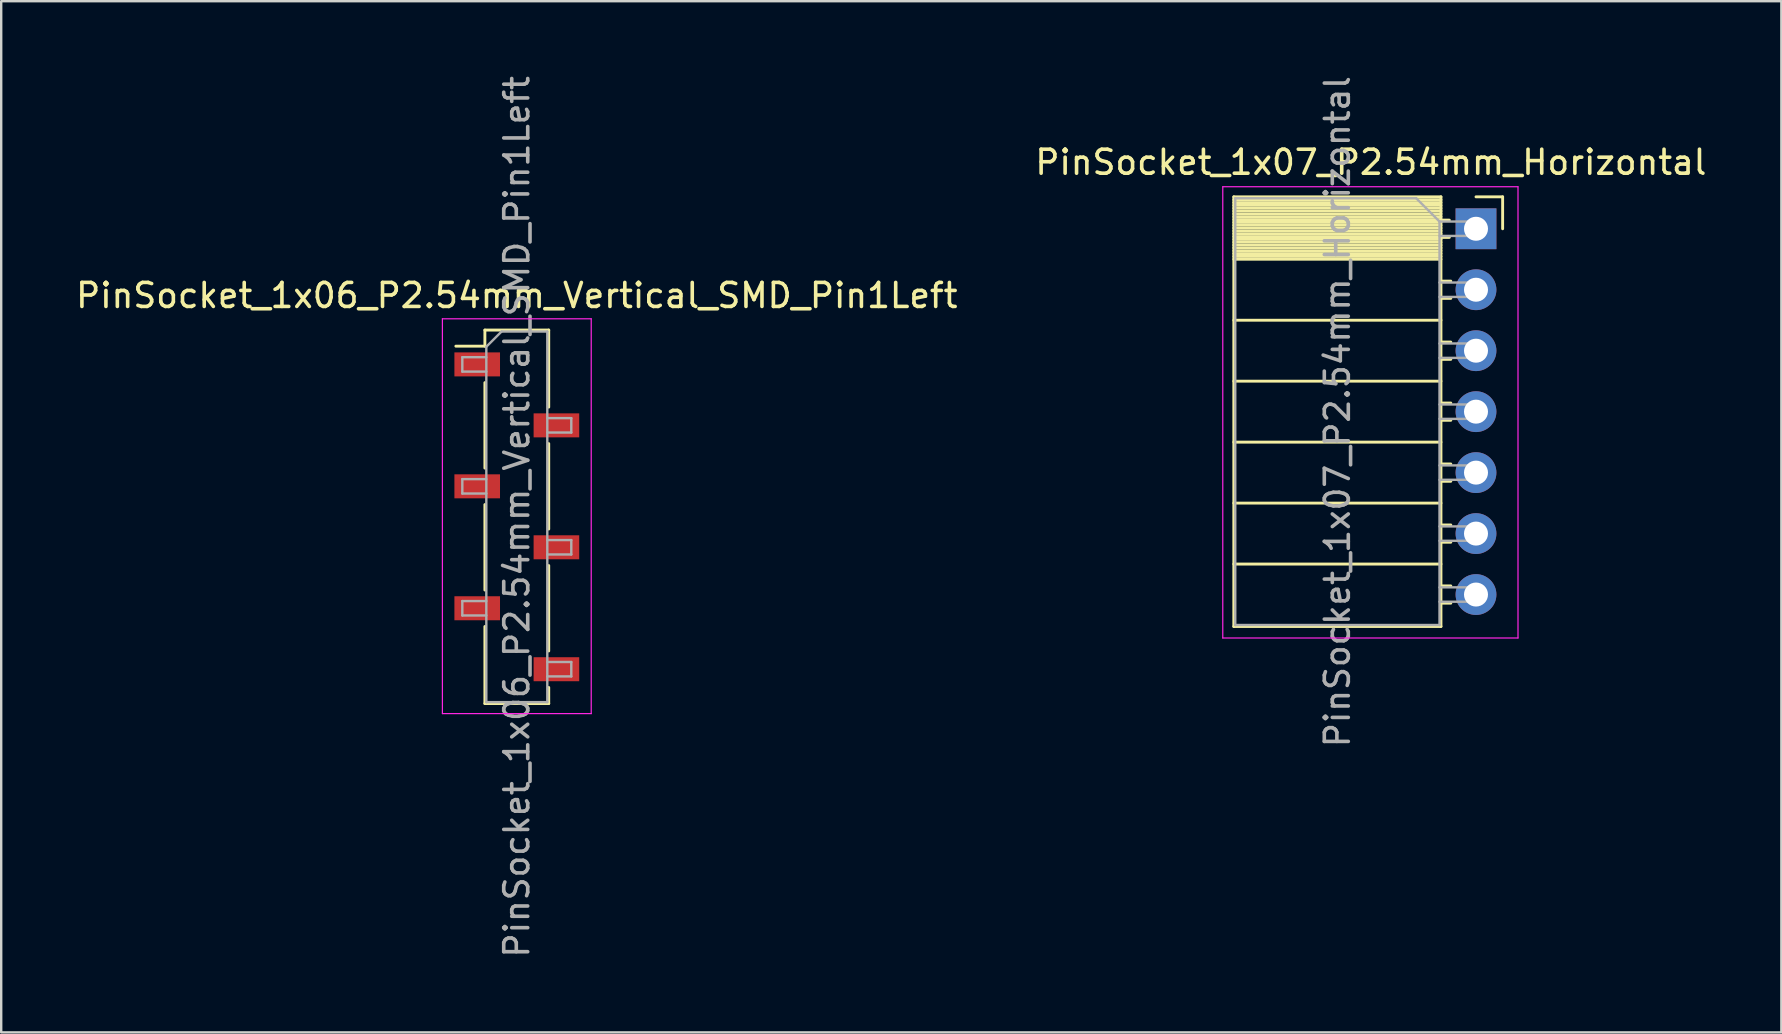
<source format=kicad_pcb>
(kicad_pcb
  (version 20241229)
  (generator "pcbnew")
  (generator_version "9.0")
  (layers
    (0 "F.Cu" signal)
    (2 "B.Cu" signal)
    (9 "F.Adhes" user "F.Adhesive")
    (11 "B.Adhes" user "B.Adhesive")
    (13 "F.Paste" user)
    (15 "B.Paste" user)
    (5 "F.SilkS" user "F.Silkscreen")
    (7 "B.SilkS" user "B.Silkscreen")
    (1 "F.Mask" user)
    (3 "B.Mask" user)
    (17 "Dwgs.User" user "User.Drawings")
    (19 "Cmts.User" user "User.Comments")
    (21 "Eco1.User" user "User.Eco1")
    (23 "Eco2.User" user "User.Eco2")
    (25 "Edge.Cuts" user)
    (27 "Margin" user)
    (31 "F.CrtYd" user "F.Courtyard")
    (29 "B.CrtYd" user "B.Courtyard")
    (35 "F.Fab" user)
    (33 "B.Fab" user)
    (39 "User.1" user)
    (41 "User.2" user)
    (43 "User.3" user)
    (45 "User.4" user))
  (footprint "PinSocket_1x06_P2.54mm_Vertical_SMD_Pin1Left"
    (layer "F.Cu")
    (at 18.482 18.482)
    (property "Reference" "PinSocket_1x06_P2.54mm_Vertical_SMD_Pin1Left" (at 0 -9.22 0) (layer "F.SilkS") (effects (font (size 1 1) (thickness 0.15))))
    (attr smd)
    (fp_line (start -2.54 -7.11) (end -1.33 -7.11) (stroke (width 0.12) (type solid)) (layer "F.SilkS"))
    (fp_line (start -1.33 -7.78) (end -1.33 -7.11) (stroke (width 0.12) (type solid)) (layer "F.SilkS"))
    (fp_line (start -1.33 -7.78) (end 1.33 -7.78) (stroke (width 0.12) (type solid)) (layer "F.SilkS"))
    (fp_line (start -1.33 -5.59) (end -1.33 -2.03) (stroke (width 0.12) (type solid)) (layer "F.SilkS"))
    (fp_line (start -1.33 -0.51) (end -1.33 3.05) (stroke (width 0.12) (type solid)) (layer "F.SilkS"))
    (fp_line (start -1.33 4.57) (end -1.33 7.78) (stroke (width 0.12) (type solid)) (layer "F.SilkS"))
    (fp_line (start -1.33 7.78) (end 1.33 7.78) (stroke (width 0.12) (type solid)) (layer "F.SilkS"))
    (fp_line (start 1.33 -7.78) (end 1.33 -4.57) (stroke (width 0.12) (type solid)) (layer "F.SilkS"))
    (fp_line (start 1.33 -3.05) (end 1.33 0.51) (stroke (width 0.12) (type solid)) (layer "F.SilkS"))
    (fp_line (start 1.33 2.03) (end 1.33 5.59) (stroke (width 0.12) (type solid)) (layer "F.SilkS"))
    (fp_line (start 1.33 7.11) (end 1.33 7.78) (stroke (width 0.12) (type solid)) (layer "F.SilkS"))
    (fp_line (start -3.1 -8.25) (end 3.1 -8.25) (stroke (width 0.05) (type solid)) (layer "F.CrtYd"))
    (fp_line (start -3.1 8.2) (end -3.1 -8.25) (stroke (width 0.05) (type solid)) (layer "F.CrtYd"))
    (fp_line (start 3.1 -8.25) (end 3.1 8.2) (stroke (width 0.05) (type solid)) (layer "F.CrtYd"))
    (fp_line (start 3.1 8.2) (end -3.1 8.2) (stroke (width 0.05) (type solid)) (layer "F.CrtYd"))
    (fp_line (start -2.27 -6.65) (end -1.27 -6.65) (stroke (width 0.1) (type solid)) (layer "F.Fab"))
    (fp_line (start -2.27 -6.05) (end -2.27 -6.65) (stroke (width 0.1) (type solid)) (layer "F.Fab"))
    (fp_line (start -2.27 -1.57) (end -1.27 -1.57) (stroke (width 0.1) (type solid)) (layer "F.Fab"))
    (fp_line (start -2.27 -0.97) (end -2.27 -1.57) (stroke (width 0.1) (type solid)) (layer "F.Fab"))
    (fp_line (start -2.27 3.51) (end -1.27 3.51) (stroke (width 0.1) (type solid)) (layer "F.Fab"))
    (fp_line (start -2.27 4.11) (end -2.27 3.51) (stroke (width 0.1) (type solid)) (layer "F.Fab"))
    (fp_line (start -1.27 -7.085) (end -0.635 -7.72) (stroke (width 0.1) (type solid)) (layer "F.Fab"))
    (fp_line (start -1.27 -6.05) (end -2.27 -6.05) (stroke (width 0.1) (type solid)) (layer "F.Fab"))
    (fp_line (start -1.27 -0.97) (end -2.27 -0.97) (stroke (width 0.1) (type solid)) (layer "F.Fab"))
    (fp_line (start -1.27 4.11) (end -2.27 4.11) (stroke (width 0.1) (type solid)) (layer "F.Fab"))
    (fp_line (start -1.27 7.72) (end -1.27 -7.085) (stroke (width 0.1) (type solid)) (layer "F.Fab"))
    (fp_line (start -0.635 -7.72) (end 1.27 -7.72) (stroke (width 0.1) (type solid)) (layer "F.Fab"))
    (fp_line (start 1.27 -7.72) (end 1.27 7.72) (stroke (width 0.1) (type solid)) (layer "F.Fab"))
    (fp_line (start 1.27 -4.11) (end 2.27 -4.11) (stroke (width 0.1) (type solid)) (layer "F.Fab"))
    (fp_line (start 1.27 0.97) (end 2.27 0.97) (stroke (width 0.1) (type solid)) (layer "F.Fab"))
    (fp_line (start 1.27 6.05) (end 2.27 6.05) (stroke (width 0.1) (type solid)) (layer "F.Fab"))
    (fp_line (start 1.27 7.72) (end -1.27 7.72) (stroke (width 0.1) (type solid)) (layer "F.Fab"))
    (fp_line (start 2.27 -4.11) (end 2.27 -3.51) (stroke (width 0.1) (type solid)) (layer "F.Fab"))
    (fp_line (start 2.27 -3.51) (end 1.27 -3.51) (stroke (width 0.1) (type solid)) (layer "F.Fab"))
    (fp_line (start 2.27 0.97) (end 2.27 1.57) (stroke (width 0.1) (type solid)) (layer "F.Fab"))
    (fp_line (start 2.27 1.57) (end 1.27 1.57) (stroke (width 0.1) (type solid)) (layer "F.Fab"))
    (fp_line (start 2.27 6.05) (end 2.27 6.65) (stroke (width 0.1) (type solid)) (layer "F.Fab"))
    (fp_line (start 2.27 6.65) (end 1.27 6.65) (stroke (width 0.1) (type solid)) (layer "F.Fab"))
    (fp_text user "${REFERENCE}" (at 0 0 90) (layer "F.Fab") (effects (font (size 1 1) (thickness 0.15))))
    (pad "1" smd rect (at -1.65 -6.35) (size 1.9 1) (layers "F.Cu" "F.Mask" "F.Paste"))
    (pad "2" smd rect (at 1.65 -3.81) (size 1.9 1) (layers "F.Cu" "F.Mask" "F.Paste"))
    (pad "3" smd rect (at -1.65 -1.27) (size 1.9 1) (layers "F.Cu" "F.Mask" "F.Paste"))
    (pad "4" smd rect (at 1.65 1.27) (size 1.9 1) (layers "F.Cu" "F.Mask" "F.Paste"))
    (pad "5" smd rect (at -1.65 3.81) (size 1.9 1) (layers "F.Cu" "F.Mask" "F.Paste"))
    (pad "6" smd rect (at 1.65 6.35) (size 1.9 1) (layers "F.Cu" "F.Mask" "F.Paste")))
  (footprint "PinSocket_1x07_P2.54mm_Horizontal"
    (layer "F.Cu")
    (at 58.445 6.481)
    (property "Reference" "PinSocket_1x07_P2.54mm_Horizontal" (at -4.38 -2.77 0) (layer "F.SilkS") (effects (font (size 1 1) (thickness 0.15))))
    (attr through_hole)
    (fp_line (start -10.09 -1.33) (end -10.09 16.57) (stroke (width 0.12) (type solid)) (layer "F.SilkS"))
    (fp_line (start -10.09 -1.33) (end -1.46 -1.33) (stroke (width 0.12) (type solid)) (layer "F.SilkS"))
    (fp_line (start -10.09 -1.21) (end -1.46 -1.21) (stroke (width 0.12) (type solid)) (layer "F.SilkS"))
    (fp_line (start -10.09 -1.092) (end -1.46 -1.092) (stroke (width 0.12) (type solid)) (layer "F.SilkS"))
    (fp_line (start -10.09 -0.974) (end -1.46 -0.974) (stroke (width 0.12) (type solid)) (layer "F.SilkS"))
    (fp_line (start -10.09 -0.856) (end -1.46 -0.856) (stroke (width 0.12) (type solid)) (layer "F.SilkS"))
    (fp_line (start -10.09 -0.738) (end -1.46 -0.738) (stroke (width 0.12) (type solid)) (layer "F.SilkS"))
    (fp_line (start -10.09 -0.62) (end -1.46 -0.62) (stroke (width 0.12) (type solid)) (layer "F.SilkS"))
    (fp_line (start -10.09 -0.501) (end -1.46 -0.501) (stroke (width 0.12) (type solid)) (layer "F.SilkS"))
    (fp_line (start -10.09 -0.383) (end -1.46 -0.383) (stroke (width 0.12) (type solid)) (layer "F.SilkS"))
    (fp_line (start -10.09 -0.265) (end -1.46 -0.265) (stroke (width 0.12) (type solid)) (layer "F.SilkS"))
    (fp_line (start -10.09 -0.147) (end -1.46 -0.147) (stroke (width 0.12) (type solid)) (layer "F.SilkS"))
    (fp_line (start -10.09 -0.029) (end -1.46 -0.029) (stroke (width 0.12) (type solid)) (layer "F.SilkS"))
    (fp_line (start -10.09 0.089) (end -1.46 0.089) (stroke (width 0.12) (type solid)) (layer "F.SilkS"))
    (fp_line (start -10.09 0.207) (end -1.46 0.207) (stroke (width 0.12) (type solid)) (layer "F.SilkS"))
    (fp_line (start -10.09 0.325) (end -1.46 0.325) (stroke (width 0.12) (type solid)) (layer "F.SilkS"))
    (fp_line (start -10.09 0.443) (end -1.46 0.443) (stroke (width 0.12) (type solid)) (layer "F.SilkS"))
    (fp_line (start -10.09 0.561) (end -1.46 0.561) (stroke (width 0.12) (type solid)) (layer "F.SilkS"))
    (fp_line (start -10.09 0.68) (end -1.46 0.68) (stroke (width 0.12) (type solid)) (layer "F.SilkS"))
    (fp_line (start -10.09 0.798) (end -1.46 0.798) (stroke (width 0.12) (type solid)) (layer "F.SilkS"))
    (fp_line (start -10.09 0.916) (end -1.46 0.916) (stroke (width 0.12) (type solid)) (layer "F.SilkS"))
    (fp_line (start -10.09 1.034) (end -1.46 1.034) (stroke (width 0.12) (type solid)) (layer "F.SilkS"))
    (fp_line (start -10.09 1.152) (end -1.46 1.152) (stroke (width 0.12) (type solid)) (layer "F.SilkS"))
    (fp_line (start -10.09 1.27) (end -1.46 1.27) (stroke (width 0.12) (type solid)) (layer "F.SilkS"))
    (fp_line (start -10.09 3.81) (end -1.46 3.81) (stroke (width 0.12) (type solid)) (layer "F.SilkS"))
    (fp_line (start -10.09 6.35) (end -1.46 6.35) (stroke (width 0.12) (type solid)) (layer "F.SilkS"))
    (fp_line (start -10.09 8.89) (end -1.46 8.89) (stroke (width 0.12) (type solid)) (layer "F.SilkS"))
    (fp_line (start -10.09 11.43) (end -1.46 11.43) (stroke (width 0.12) (type solid)) (layer "F.SilkS"))
    (fp_line (start -10.09 13.97) (end -1.46 13.97) (stroke (width 0.12) (type solid)) (layer "F.SilkS"))
    (fp_line (start -10.09 16.57) (end -1.46 16.57) (stroke (width 0.12) (type solid)) (layer "F.SilkS"))
    (fp_line (start -1.46 -1.33) (end -1.46 16.57) (stroke (width 0.12) (type solid)) (layer "F.SilkS"))
    (fp_line (start -1.46 -0.36) (end -1.11 -0.36) (stroke (width 0.12) (type solid)) (layer "F.SilkS"))
    (fp_line (start -1.46 0.36) (end -1.11 0.36) (stroke (width 0.12) (type solid)) (layer "F.SilkS"))
    (fp_line (start -1.46 2.18) (end -1.05 2.18) (stroke (width 0.12) (type solid)) (layer "F.SilkS"))
    (fp_line (start -1.46 2.9) (end -1.05 2.9) (stroke (width 0.12) (type solid)) (layer "F.SilkS"))
    (fp_line (start -1.46 4.72) (end -1.05 4.72) (stroke (width 0.12) (type solid)) (layer "F.SilkS"))
    (fp_line (start -1.46 5.44) (end -1.05 5.44) (stroke (width 0.12) (type solid)) (layer "F.SilkS"))
    (fp_line (start -1.46 7.26) (end -1.05 7.26) (stroke (width 0.12) (type solid)) (layer "F.SilkS"))
    (fp_line (start -1.46 7.98) (end -1.05 7.98) (stroke (width 0.12) (type solid)) (layer "F.SilkS"))
    (fp_line (start -1.46 9.8) (end -1.05 9.8) (stroke (width 0.12) (type solid)) (layer "F.SilkS"))
    (fp_line (start -1.46 10.52) (end -1.05 10.52) (stroke (width 0.12) (type solid)) (layer "F.SilkS"))
    (fp_line (start -1.46 12.34) (end -1.05 12.34) (stroke (width 0.12) (type solid)) (layer "F.SilkS"))
    (fp_line (start -1.46 13.06) (end -1.05 13.06) (stroke (width 0.12) (type solid)) (layer "F.SilkS"))
    (fp_line (start -1.46 14.88) (end -1.05 14.88) (stroke (width 0.12) (type solid)) (layer "F.SilkS"))
    (fp_line (start -1.46 15.6) (end -1.05 15.6) (stroke (width 0.12) (type solid)) (layer "F.SilkS"))
    (fp_line (start 0 -1.33) (end 1.11 -1.33) (stroke (width 0.12) (type solid)) (layer "F.SilkS"))
    (fp_line (start 1.11 -1.33) (end 1.11 0) (stroke (width 0.12) (type solid)) (layer "F.SilkS"))
    (fp_line (start -10.55 -1.75) (end -10.55 17.05) (stroke (width 0.05) (type solid)) (layer "F.CrtYd"))
    (fp_line (start -10.55 17.05) (end 1.75 17.05) (stroke (width 0.05) (type solid)) (layer "F.CrtYd"))
    (fp_line (start 1.75 -1.75) (end -10.55 -1.75) (stroke (width 0.05) (type solid)) (layer "F.CrtYd"))
    (fp_line (start 1.75 17.05) (end 1.75 -1.75) (stroke (width 0.05) (type solid)) (layer "F.CrtYd"))
    (fp_line (start -10.03 -1.27) (end -2.49 -1.27) (stroke (width 0.1) (type solid)) (layer "F.Fab"))
    (fp_line (start -10.03 16.51) (end -10.03 -1.27) (stroke (width 0.1) (type solid)) (layer "F.Fab"))
    (fp_line (start -2.49 -1.27) (end -1.52 -0.3) (stroke (width 0.1) (type solid)) (layer "F.Fab"))
    (fp_line (start -1.52 -0.3) (end -1.52 16.51) (stroke (width 0.1) (type solid)) (layer "F.Fab"))
    (fp_line (start -1.52 0.3) (end 0 0.3) (stroke (width 0.1) (type solid)) (layer "F.Fab"))
    (fp_line (start -1.52 2.84) (end 0 2.84) (stroke (width 0.1) (type solid)) (layer "F.Fab"))
    (fp_line (start -1.52 5.38) (end 0 5.38) (stroke (width 0.1) (type solid)) (layer "F.Fab"))
    (fp_line (start -1.52 7.92) (end 0 7.92) (stroke (width 0.1) (type solid)) (layer "F.Fab"))
    (fp_line (start -1.52 10.46) (end 0 10.46) (stroke (width 0.1) (type solid)) (layer "F.Fab"))
    (fp_line (start -1.52 13) (end 0 13) (stroke (width 0.1) (type solid)) (layer "F.Fab"))
    (fp_line (start -1.52 15.54) (end 0 15.54) (stroke (width 0.1) (type solid)) (layer "F.Fab"))
    (fp_line (start -1.52 16.51) (end -10.03 16.51) (stroke (width 0.1) (type solid)) (layer "F.Fab"))
    (fp_line (start 0 -0.3) (end -1.52 -0.3) (stroke (width 0.1) (type solid)) (layer "F.Fab"))
    (fp_line (start 0 0.3) (end 0 -0.3) (stroke (width 0.1) (type solid)) (layer "F.Fab"))
    (fp_line (start 0 2.24) (end -1.52 2.24) (stroke (width 0.1) (type solid)) (layer "F.Fab"))
    (fp_line (start 0 2.84) (end 0 2.24) (stroke (width 0.1) (type solid)) (layer "F.Fab"))
    (fp_line (start 0 4.78) (end -1.52 4.78) (stroke (width 0.1) (type solid)) (layer "F.Fab"))
    (fp_line (start 0 5.38) (end 0 4.78) (stroke (width 0.1) (type solid)) (layer "F.Fab"))
    (fp_line (start 0 7.32) (end -1.52 7.32) (stroke (width 0.1) (type solid)) (layer "F.Fab"))
    (fp_line (start 0 7.92) (end 0 7.32) (stroke (width 0.1) (type solid)) (layer "F.Fab"))
    (fp_line (start 0 9.86) (end -1.52 9.86) (stroke (width 0.1) (type solid)) (layer "F.Fab"))
    (fp_line (start 0 10.46) (end 0 9.86) (stroke (width 0.1) (type solid)) (layer "F.Fab"))
    (fp_line (start 0 12.4) (end -1.52 12.4) (stroke (width 0.1) (type solid)) (layer "F.Fab"))
    (fp_line (start 0 13) (end 0 12.4) (stroke (width 0.1) (type solid)) (layer "F.Fab"))
    (fp_line (start 0 14.94) (end -1.52 14.94) (stroke (width 0.1) (type solid)) (layer "F.Fab"))
    (fp_line (start 0 15.54) (end 0 14.94) (stroke (width 0.1) (type solid)) (layer "F.Fab"))
    (fp_text user "${REFERENCE}" (at -5.775 7.62 90) (layer "F.Fab") (effects (font (size 1 1) (thickness 0.15))))
    (pad "1" thru_hole rect (at 0 0) (size 1.7 1.7) (drill 1) (layers "*.Cu" "*.Mask"))
    (pad "2" thru_hole oval (at 0 2.54) (size 1.7 1.7) (drill 1) (layers "*.Cu" "*.Mask"))
    (pad "3" thru_hole oval (at 0 5.08) (size 1.7 1.7) (drill 1) (layers "*.Cu" "*.Mask"))
    (pad "4" thru_hole oval (at 0 7.62) (size 1.7 1.7) (drill 1) (layers "*.Cu" "*.Mask"))
    (pad "5" thru_hole oval (at 0 10.16) (size 1.7 1.7) (drill 1) (layers "*.Cu" "*.Mask"))
    (pad "6" thru_hole oval (at 0 12.7) (size 1.7 1.7) (drill 1) (layers "*.Cu" "*.Mask"))
    (pad "7" thru_hole oval (at 0 15.24) (size 1.7 1.7) (drill 1) (layers "*.Cu" "*.Mask")))
  (gr_rect
    (start -3 -3)
    (end 71.167 39.964)
    (stroke (width 0.1) (type default))
    (fill no)
    (layer "Edge.Cuts")))
</source>
